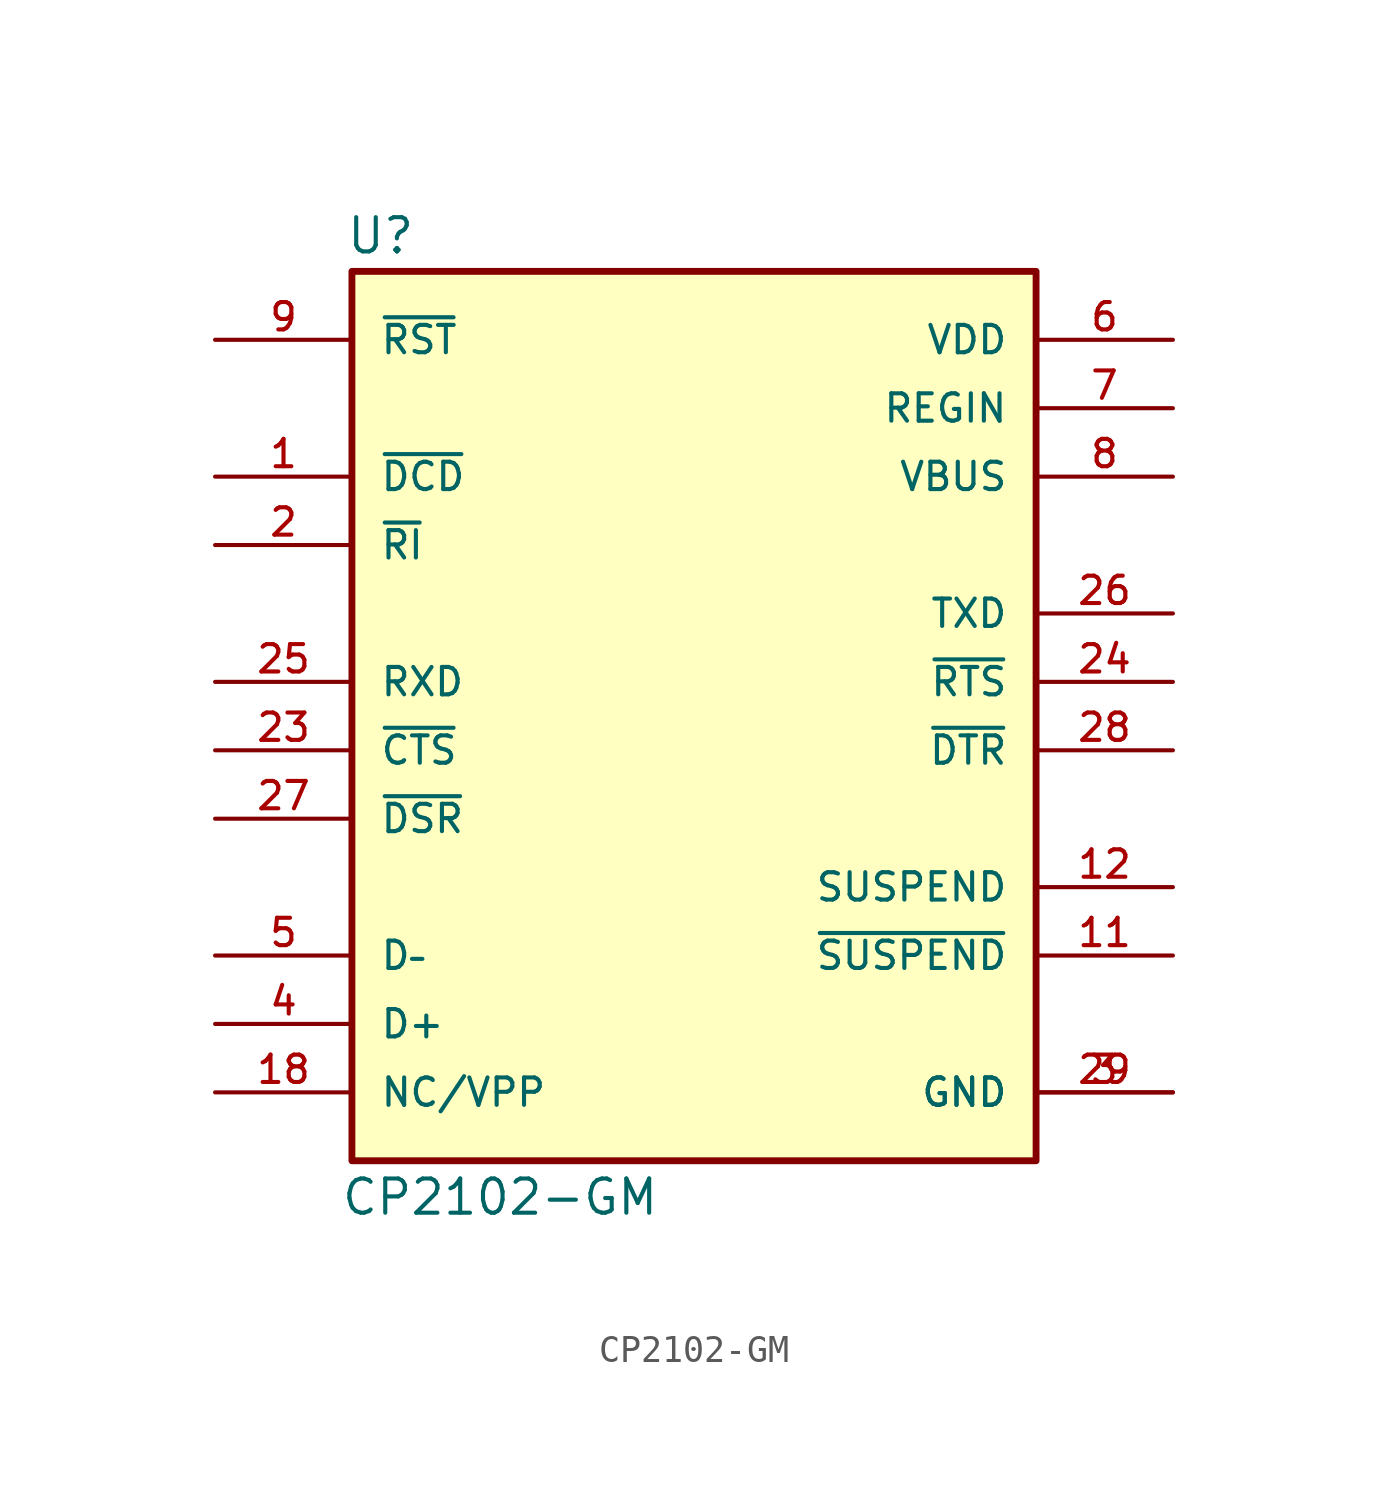
<source format=kicad_sym>
(kicad_symbol_lib
  (version 20231120)
  (generator "kicad_symbol_editor")
  (generator_version "8.0")
  (symbol "CP2102-GM"
    (pin_names
      (offset 1.016))
    (property "Reference" "U"
      (at -12.944 18.359 0)
      (effects (font (size 1.27 1.27)) (justify left bottom)))
    (property "Value" "CP2102-GM"
      (at -13.135 -17.331 0)
      (effects (font (size 1.27 1.27)) (justify left bottom)))
    (symbol "CP2102-GM_0_0"
      (rectangle (start -12.7 -15.24) (end 12.7 17.78) (stroke (width 0.254) (type default)) (fill (type background)))
      (pin input line (at -17.78 10.16 0) (length 5.08) (name "~{DCD}" (effects (font (size 1.016 1.016)))) (number "1" (effects (font (size 1.016 1.016)))))
      (pin output line (at 17.78 -7.62 180) (length 5.08) (name "~{SUSPEND}" (effects (font (size 1.016 1.016)))) (number "11" (effects (font (size 1.016 1.016)))))
      (pin output line (at 17.78 -5.08 180) (length 5.08) (name "SUSPEND" (effects (font (size 1.016 1.016)))) (number "12" (effects (font (size 1.016 1.016)))))
      (pin bidirectional line (at -17.78 -12.7 0) (length 5.08) (name "NC/VPP" (effects (font (size 1.016 1.016)))) (number "18" (effects (font (size 1.016 1.016)))))
      (pin input line (at -17.78 7.62 0) (length 5.08) (name "~{RI}" (effects (font (size 1.016 1.016)))) (number "2" (effects (font (size 1.016 1.016)))))
      (pin input line (at -17.78 0 0) (length 5.08) (name "~{CTS}" (effects (font (size 1.016 1.016)))) (number "23" (effects (font (size 1.016 1.016)))))
      (pin output line (at 17.78 2.54 180) (length 5.08) (name "~{RTS}" (effects (font (size 1.016 1.016)))) (number "24" (effects (font (size 1.016 1.016)))))
      (pin input line (at -17.78 2.54 0) (length 5.08) (name "RXD" (effects (font (size 1.016 1.016)))) (number "25" (effects (font (size 1.016 1.016)))))
      (pin output line (at 17.78 5.08 180) (length 5.08) (name "TXD" (effects (font (size 1.016 1.016)))) (number "26" (effects (font (size 1.016 1.016)))))
      (pin input line (at -17.78 -2.54 0) (length 5.08) (name "~{DSR}" (effects (font (size 1.016 1.016)))) (number "27" (effects (font (size 1.016 1.016)))))
      (pin output line (at 17.78 0 180) (length 5.08) (name "~{DTR}" (effects (font (size 1.016 1.016)))) (number "28" (effects (font (size 1.016 1.016)))))
      (pin power_in line (at 17.78 -12.7 180) (length 5.08) (name "GND" (effects (font (size 1.016 1.016)))) (number "29" (effects (font (size 1.016 1.016)))))
      (pin power_in line (at 17.78 -12.7 180) (length 5.08) (name "GND" (effects (font (size 1.016 1.016)))) (number "3" (effects (font (size 1.016 1.016)))))
      (pin bidirectional line (at -17.78 -10.16 0) (length 5.08) (name "D+" (effects (font (size 1.016 1.016)))) (number "4" (effects (font (size 1.016 1.016)))))
      (pin bidirectional line (at -17.78 -7.62 0) (length 5.08) (name "D–" (effects (font (size 1.016 1.016)))) (number "5" (effects (font (size 1.016 1.016)))))
      (pin power_in line (at 17.78 15.24 180) (length 5.08) (name "VDD" (effects (font (size 1.016 1.016)))) (number "6" (effects (font (size 1.016 1.016)))))
      (pin power_in line (at 17.78 12.7 180) (length 5.08) (name "REGIN" (effects (font (size 1.016 1.016)))) (number "7" (effects (font (size 1.016 1.016)))))
      (pin power_in line (at 17.78 10.16 180) (length 5.08) (name "VBUS" (effects (font (size 1.016 1.016)))) (number "8" (effects (font (size 1.016 1.016)))))
      (pin bidirectional line (at -17.78 15.24 0) (length 5.08) (name "~{RST}" (effects (font (size 1.016 1.016)))) (number "9" (effects (font (size 1.016 1.016))))))))
</source>
